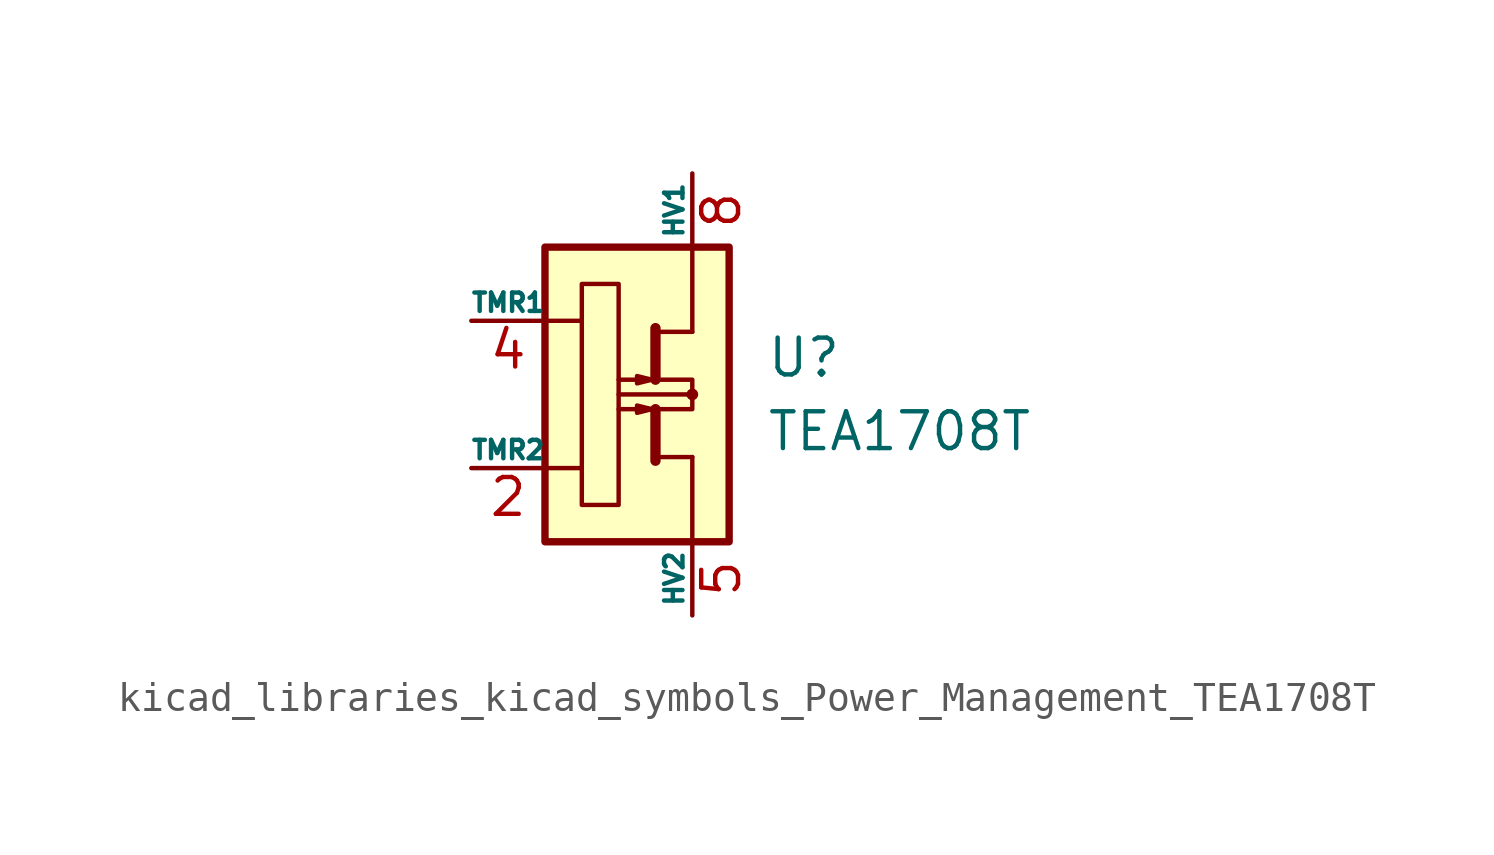
<source format=kicad_sym>
(kicad_symbol_lib
  (version 20220914)
  (generator kicad_symbol_editor)
  (symbol "kicad_libraries_kicad_symbols_Power_Management_TEA1708T"
    (pin_names
      (offset 0))
    (property "Reference" "U"
      (at 5.08 1.27 0)
      (effects (font (size 1.27 1.27)) (justify left)))
    (property "Value" "TEA1708T"
      (at 5.08 -1.27 0)
      (effects (font (size 1.27 1.27)) (justify left)))
    (symbol "kicad_libraries_kicad_symbols_Power_Management_TEA1708T_0_1"
      (rectangle (start -2.54 5.08) (end 3.81 -5.08) (stroke (width 0.254) (type default)) (fill (type background)))
      (rectangle (start -1.27 3.81) (end 0 -3.81) (stroke (width 0) (type default)) (fill (type none)))
      (polyline (pts (xy -2.54 2.54) (xy -1.27 2.54)) (stroke (width 0) (type default)) (fill (type none)))
      (polyline (pts (xy -1.27 -2.54) (xy -2.54 -2.54)) (stroke (width 0) (type default)) (fill (type none)))
      (polyline (pts (xy 1.27 -2.159) (xy 2.54 -2.159)) (stroke (width 0) (type default)) (fill (type none)))
      (polyline (pts (xy 1.27 2.159) (xy 2.54 2.159)) (stroke (width 0) (type default)) (fill (type none)))
      (polyline (pts (xy 2.413 0) (xy 0 0)) (stroke (width 0) (type default)) (fill (type none)))
      (polyline (pts (xy 2.54 2.159) (xy 2.54 5.08)) (stroke (width 0) (type default)) (fill (type none)))
      (polyline (pts (xy 1.27 -0.508) (xy 1.27 -2.286) (xy 1.27 -2.286)) (stroke (width 0.356) (type default)) (fill (type none)))
      (polyline (pts (xy 1.27 2.286) (xy 1.27 0.508) (xy 1.27 2.032)) (stroke (width 0.356) (type default)) (fill (type none)))
      (polyline (pts (xy 2.54 -2.159) (xy 2.54 -5.08) (xy 2.54 -3.175)) (stroke (width 0) (type default)) (fill (type none)))
      (polyline (pts (xy 0 0.508) (xy 2.54 0.508) (xy 2.54 -0.508) (xy 0 -0.508)) (stroke (width 0) (type default)) (fill (type none)))
      (circle (center 2.54 0) (radius 0.127) (stroke (width 0) (type default)) (fill (type none))))
    (symbol "kicad_libraries_kicad_symbols_Power_Management_TEA1708T_1_1"
      (polyline (pts (xy 1.143 -0.508) (xy 0.635 -0.635) (xy 0.635 -0.381) (xy 1.143 -0.508)) (stroke (width 0) (type default)) (fill (type none)))
      (polyline (pts (xy 1.143 0.508) (xy 0.635 0.381) (xy 0.635 0.635) (xy 1.143 0.508)) (stroke (width 0) (type default)) (fill (type none)))
      (pin no_connect line (at -2.54 5.08 0) (length 2.54) hide (name "NC" (effects (font (size 1.27 1.27)))) (number "1" (effects (font (size 1.27 1.27)))))
      (pin passive line (at -5.08 -2.54 0) (length 2.54) (name "TMR2" (effects (font (size 0.635 0.635)))) (number "2" (effects (font (size 1.27 1.27)))))
      (pin no_connect line (at -2.54 2.54 0) (length 2.54) hide (name "NC" (effects (font (size 1.27 1.27)))) (number "3" (effects (font (size 1.27 1.27)))))
      (pin passive line (at -5.08 2.54 0) (length 2.54) (name "TMR1" (effects (font (size 0.635 0.635)))) (number "4" (effects (font (size 1.27 1.27)))))
      (pin passive line (at 2.54 -7.62 90) (length 2.54) (name "HV2" (effects (font (size 0.635 0.635)))) (number "5" (effects (font (size 1.27 1.27)))))
      (pin no_connect line (at -2.54 -2.54 0) (length 2.54) hide (name "NC" (effects (font (size 1.27 1.27)))) (number "6" (effects (font (size 1.27 1.27)))))
      (pin no_connect line (at -2.54 -5.08 0) (length 2.54) hide (name "NC" (effects (font (size 1.27 1.27)))) (number "7" (effects (font (size 1.27 1.27)))))
      (pin passive line (at 2.54 7.62 270) (length 2.54) (name "HV1" (effects (font (size 0.635 0.635)))) (number "8" (effects (font (size 1.27 1.27))))))))
</source>
